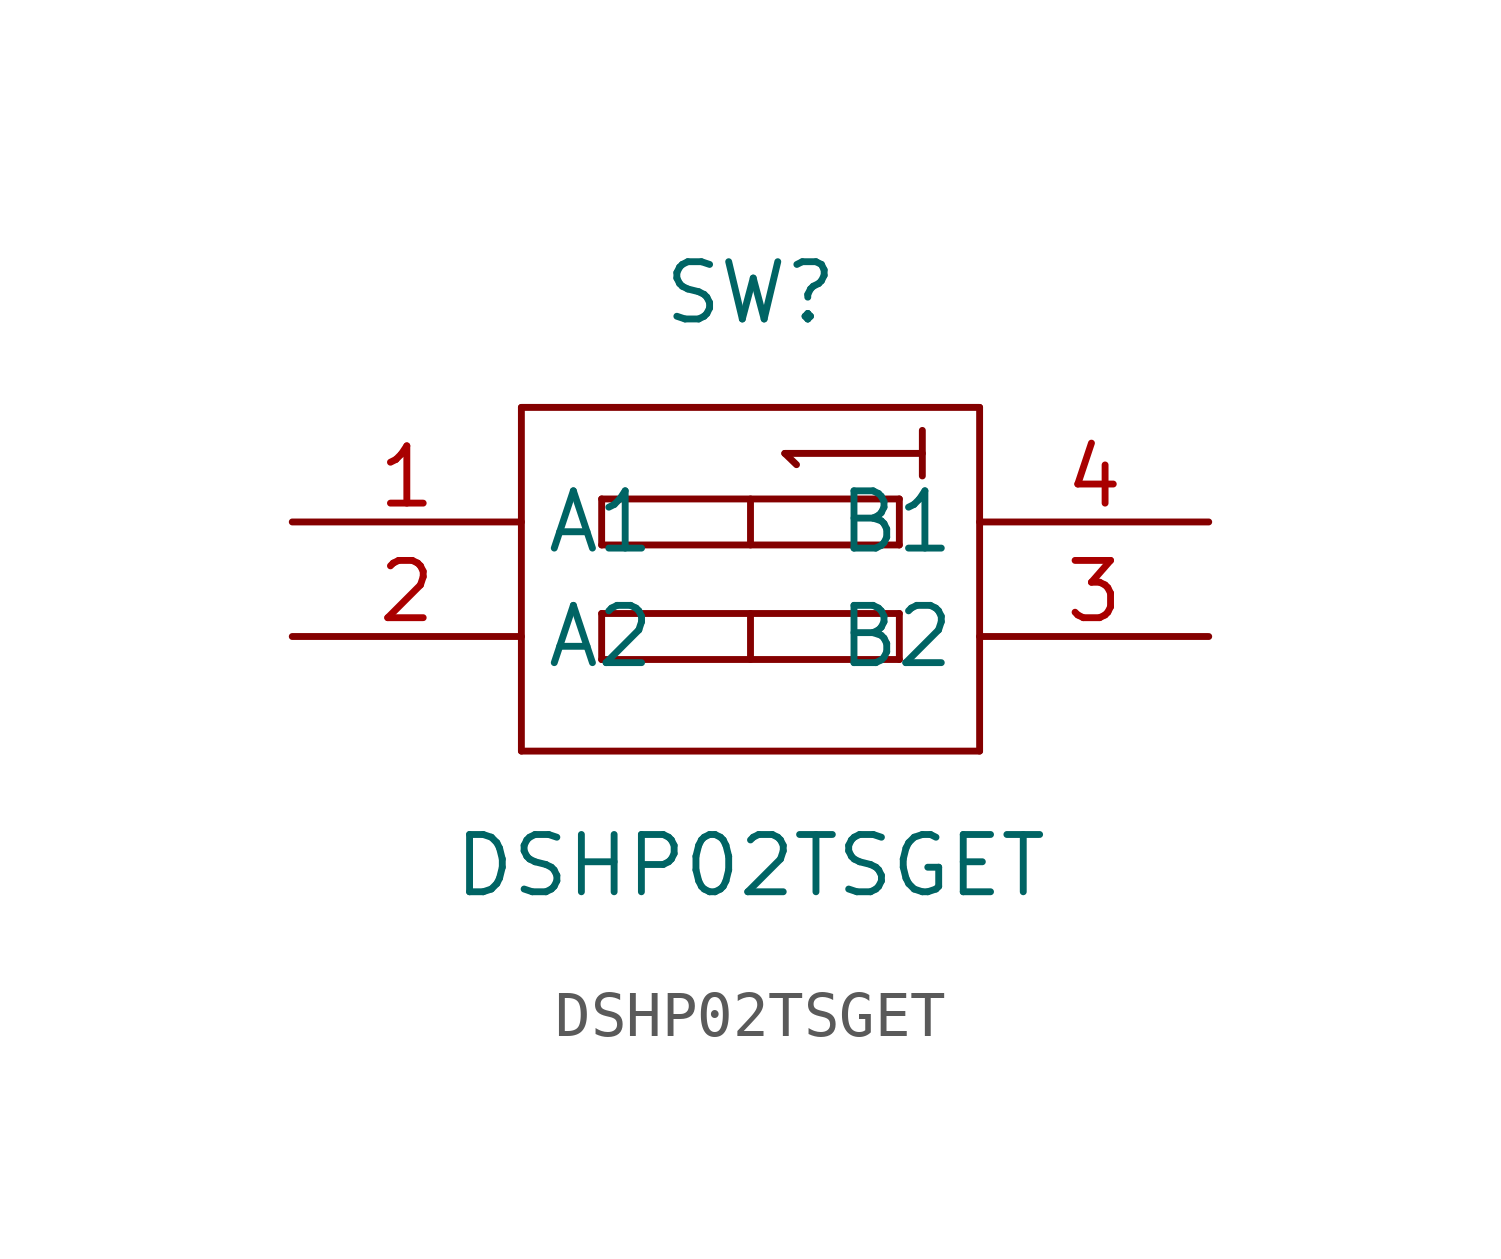
<source format=kicad_sym>
(kicad_symbol_lib
  (version 20231120)
  (generator "kicad_symbol_editor")
  (generator_version "8.0")
  (symbol "DSHP02TSGET"
    (property "Reference" "SW"
      (at 0 6.35 0)
      (effects (font (size 1.27 1.27))))
    (property "Value" "DSHP02TSGET"
      (at 0 -6.35 0)
      (effects (font (size 1.27 1.27))))
    (symbol "DSHP02TSGET_0_1"
      (polyline (pts (xy -5.08 -3.81) (xy -5.08 3.81)) (stroke (width 0) (type default)) (fill (type none)))
      (polyline (pts (xy -5.08 3.81) (xy 5.08 3.81)) (stroke (width 0) (type default)) (fill (type none)))
      (polyline (pts (xy -3.3 -1.78) (xy -3.3 -0.76)) (stroke (width 0) (type default)) (fill (type none)))
      (polyline (pts (xy -3.3 -0.76) (xy 3.3 -0.76)) (stroke (width 0) (type default)) (fill (type none)))
      (polyline (pts (xy -3.3 0.76) (xy -3.3 1.78)) (stroke (width 0) (type default)) (fill (type none)))
      (polyline (pts (xy -3.3 1.78) (xy 3.3 1.78)) (stroke (width 0) (type default)) (fill (type none)))
      (polyline (pts (xy 0 -0.76) (xy 0 -1.78)) (stroke (width 0) (type default)) (fill (type none)))
      (polyline (pts (xy 0 1.78) (xy 0 0.76)) (stroke (width 0) (type default)) (fill (type none)))
      (polyline (pts (xy 0.76 2.79) (xy 3.81 2.79)) (stroke (width 0) (type default)) (fill (type none)))
      (polyline (pts (xy 1.02 2.54) (xy 0.76 2.79)) (stroke (width 0) (type default)) (fill (type none)))
      (polyline (pts (xy 3.3 -1.78) (xy -3.3 -1.78)) (stroke (width 0) (type default)) (fill (type none)))
      (polyline (pts (xy 3.3 -0.76) (xy 3.3 -1.78)) (stroke (width 0) (type default)) (fill (type none)))
      (polyline (pts (xy 3.3 0.76) (xy -3.3 0.76)) (stroke (width 0) (type default)) (fill (type none)))
      (polyline (pts (xy 3.3 1.78) (xy 3.3 0.76)) (stroke (width 0) (type default)) (fill (type none)))
      (polyline (pts (xy 3.81 3.3) (xy 3.81 2.29)) (stroke (width 0) (type default)) (fill (type none)))
      (polyline (pts (xy 5.08 -3.81) (xy -5.08 -3.81)) (stroke (width 0) (type default)) (fill (type none)))
      (polyline (pts (xy 5.08 3.81) (xy 5.08 -3.81)) (stroke (width 0) (type default)) (fill (type none)))
      (pin input line (at -10.16 1.27 0) (length 5.08) (name "A1" (effects (font (size 1.27 1.27)))) (number "1" (effects (font (size 1.27 1.27)))))
      (pin input line (at -10.16 -1.27 0) (length 5.08) (name "A2" (effects (font (size 1.27 1.27)))) (number "2" (effects (font (size 1.27 1.27)))))
      (pin input line (at 10.16 -1.27 180) (length 5.08) (name "B2" (effects (font (size 1.27 1.27)))) (number "3" (effects (font (size 1.27 1.27)))))
      (pin input line (at 10.16 1.27 180) (length 5.08) (name "B1" (effects (font (size 1.27 1.27)))) (number "4" (effects (font (size 1.27 1.27))))))))
</source>
